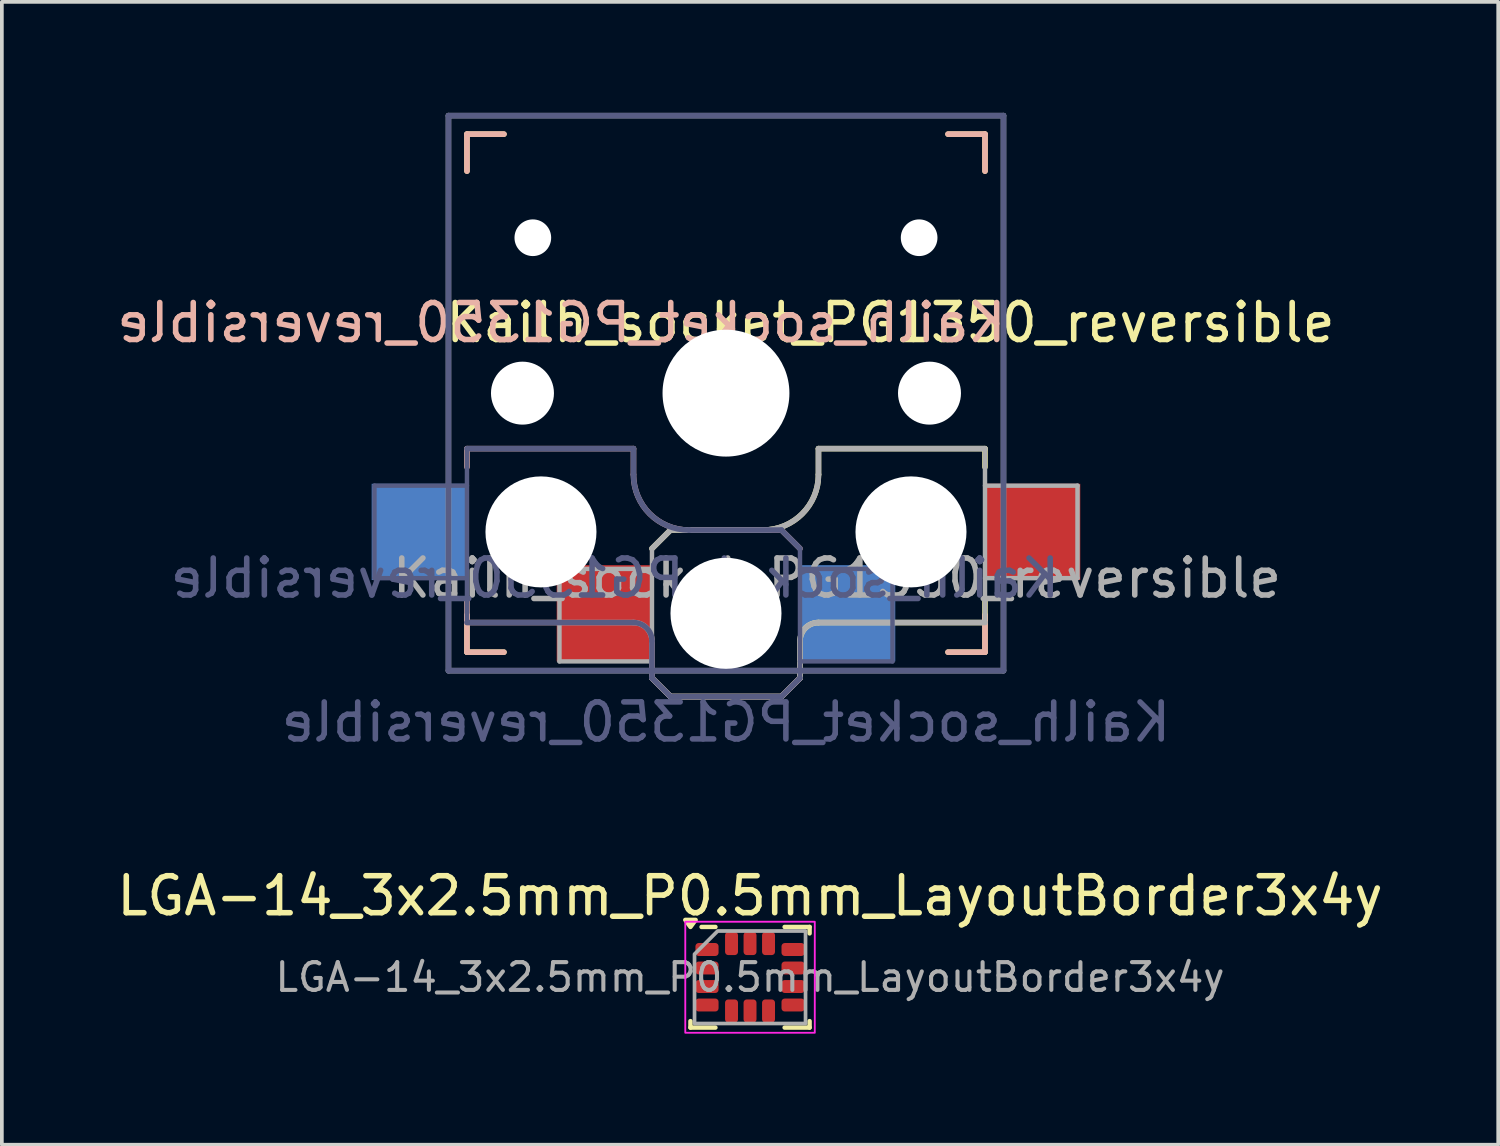
<source format=kicad_pcb>
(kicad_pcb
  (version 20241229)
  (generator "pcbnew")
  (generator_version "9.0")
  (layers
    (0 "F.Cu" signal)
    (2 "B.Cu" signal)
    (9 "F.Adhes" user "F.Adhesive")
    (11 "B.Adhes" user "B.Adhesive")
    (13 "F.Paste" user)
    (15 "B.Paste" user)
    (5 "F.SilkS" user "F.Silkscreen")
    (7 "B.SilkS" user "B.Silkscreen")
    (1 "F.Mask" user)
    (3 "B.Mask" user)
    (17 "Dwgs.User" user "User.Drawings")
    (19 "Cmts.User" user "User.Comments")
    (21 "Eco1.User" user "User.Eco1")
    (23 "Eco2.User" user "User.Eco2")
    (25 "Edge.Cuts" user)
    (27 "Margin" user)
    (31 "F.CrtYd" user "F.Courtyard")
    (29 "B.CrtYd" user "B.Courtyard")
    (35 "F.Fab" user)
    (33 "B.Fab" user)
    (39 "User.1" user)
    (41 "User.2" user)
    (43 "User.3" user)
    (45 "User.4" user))
  (footprint "Kailh_socket_PG1350_reversible"
    (layer "F.Cu")
    (at 16.57 7.575)
    (property "Reference" "Kailh_socket_PG1350_reversible" (at 4.445 -1.905 0) (layer "F.SilkS") (effects (font (size 1 1) (thickness 0.15))))
    (property "Value" "Kailh_socket_PG1350_reversible" (at 0 8.89 0) (layer "F.Fab") (hide yes) (effects (font (size 1 1) (thickness 0.15))))
    (attr smd)
    (fp_line (start -7 -7) (end -6 -7) (stroke (width 0.15) (type solid)) (layer "F.SilkS"))
    (fp_line (start -7 -6) (end -7 -7) (stroke (width 0.15) (type solid)) (layer "F.SilkS"))
    (fp_line (start -7 7) (end -7 6) (stroke (width 0.15) (type solid)) (layer "F.SilkS"))
    (fp_line (start -6 7) (end -7 7) (stroke (width 0.15) (type solid)) (layer "F.SilkS"))
    (fp_line (start -2 4.2) (end -1.5 3.7) (stroke (width 0.15) (type solid)) (layer "F.SilkS"))
    (fp_line (start -2 7.7) (end -1.5 8.2) (stroke (width 0.15) (type solid)) (layer "F.SilkS"))
    (fp_line (start -1.5 3.7) (end 1 3.7) (stroke (width 0.15) (type solid)) (layer "F.SilkS"))
    (fp_line (start -1.5 8.2) (end 1.5 8.2) (stroke (width 0.15) (type solid)) (layer "F.SilkS"))
    (fp_line (start 1.5 8.2) (end 2 7.7) (stroke (width 0.15) (type solid)) (layer "F.SilkS"))
    (fp_line (start 2 6.7) (end 2 7.7) (stroke (width 0.15) (type solid)) (layer "F.SilkS"))
    (fp_line (start 2.5 1.5) (end 7 1.5) (stroke (width 0.15) (type solid)) (layer "F.SilkS"))
    (fp_line (start 2.5 2.2) (end 2.5 1.5) (stroke (width 0.15) (type solid)) (layer "F.SilkS"))
    (fp_line (start 6 -7) (end 7 -7) (stroke (width 0.15) (type solid)) (layer "F.SilkS"))
    (fp_line (start 7 -7) (end 7 -6) (stroke (width 0.15) (type solid)) (layer "F.SilkS"))
    (fp_line (start 7 1.5) (end 7 2) (stroke (width 0.15) (type solid)) (layer "F.SilkS"))
    (fp_line (start 7 5.6) (end 7 6.2) (stroke (width 0.15) (type solid)) (layer "F.SilkS"))
    (fp_line (start 7 6) (end 7 7) (stroke (width 0.15) (type solid)) (layer "F.SilkS"))
    (fp_line (start 7 6.2) (end 2.5 6.2) (stroke (width 0.15) (type solid)) (layer "F.SilkS"))
    (fp_line (start 7 7) (end 6 7) (stroke (width 0.15) (type solid)) (layer "F.SilkS"))
    (fp_arc (start 2 6.7) (mid 2.146447 6.346447) (end 2.5 6.2) (stroke (width 0.15) (type solid)) (layer "F.SilkS"))
    (fp_arc (start 2.5 2.2) (mid 2.06066 3.26066) (end 1 3.7) (stroke (width 0.15) (type solid)) (layer "F.SilkS"))
    (fp_line (start -7 -7) (end -6 -7) (stroke (width 0.15) (type solid)) (layer "B.SilkS"))
    (fp_line (start -7 -6) (end -7 -7) (stroke (width 0.15) (type solid)) (layer "B.SilkS"))
    (fp_line (start -7 1.5) (end -7 2) (stroke (width 0.15) (type solid)) (layer "B.SilkS"))
    (fp_line (start -7 5.6) (end -7 6.2) (stroke (width 0.15) (type solid)) (layer "B.SilkS"))
    (fp_line (start -7 6.2) (end -2.5 6.2) (stroke (width 0.15) (type solid)) (layer "B.SilkS"))
    (fp_line (start -7 7) (end -7 6) (stroke (width 0.15) (type solid)) (layer "B.SilkS"))
    (fp_line (start -6 7) (end -7 7) (stroke (width 0.15) (type solid)) (layer "B.SilkS"))
    (fp_line (start -2.5 1.5) (end -7 1.5) (stroke (width 0.15) (type solid)) (layer "B.SilkS"))
    (fp_line (start -2.5 2.2) (end -2.5 1.5) (stroke (width 0.15) (type solid)) (layer "B.SilkS"))
    (fp_line (start -2 6.7) (end -2 7.7) (stroke (width 0.15) (type solid)) (layer "B.SilkS"))
    (fp_line (start -1.5 8.2) (end -2 7.7) (stroke (width 0.15) (type solid)) (layer "B.SilkS"))
    (fp_line (start 1.5 3.7) (end -1 3.7) (stroke (width 0.15) (type solid)) (layer "B.SilkS"))
    (fp_line (start 1.5 8.2) (end -1.5 8.2) (stroke (width 0.15) (type solid)) (layer "B.SilkS"))
    (fp_line (start 2 4.2) (end 1.5 3.7) (stroke (width 0.15) (type solid)) (layer "B.SilkS"))
    (fp_line (start 2 7.7) (end 1.5 8.2) (stroke (width 0.15) (type solid)) (layer "B.SilkS"))
    (fp_line (start 6 -7) (end 7 -7) (stroke (width 0.15) (type solid)) (layer "B.SilkS"))
    (fp_line (start 7 -7) (end 7 -6) (stroke (width 0.15) (type solid)) (layer "B.SilkS"))
    (fp_line (start 7 6) (end 7 7) (stroke (width 0.15) (type solid)) (layer "B.SilkS"))
    (fp_line (start 7 7) (end 6 7) (stroke (width 0.15) (type solid)) (layer "B.SilkS"))
    (fp_arc (start -2.5 6.2) (mid -2.146447 6.346447) (end -2 6.7) (stroke (width 0.15) (type solid)) (layer "B.SilkS"))
    (fp_arc (start -1 3.7) (mid -2.06066 3.26066) (end -2.5 2.2) (stroke (width 0.15) (type solid)) (layer "B.SilkS"))
    (fp_line (start -6.9 6.9) (end -6.9 -6.9) (stroke (width 0.15) (type solid)) (layer "Eco2.User"))
    (fp_line (start -6.9 6.9) (end 6.9 6.9) (stroke (width 0.15) (type solid)) (layer "Eco2.User"))
    (fp_line (start -2.6 -3.1) (end -2.6 -6.3) (stroke (width 0.15) (type solid)) (layer "Eco2.User"))
    (fp_line (start -2.6 -3.1) (end 2.6 -3.1) (stroke (width 0.15) (type solid)) (layer "Eco2.User"))
    (fp_line (start 2.6 -6.3) (end -2.6 -6.3) (stroke (width 0.15) (type solid)) (layer "Eco2.User"))
    (fp_line (start 2.6 -3.1) (end 2.6 -6.3) (stroke (width 0.15) (type solid)) (layer "Eco2.User"))
    (fp_line (start 6.9 -6.9) (end -6.9 -6.9) (stroke (width 0.15) (type solid)) (layer "Eco2.User"))
    (fp_line (start 6.9 -6.9) (end 6.9 6.9) (stroke (width 0.15) (type solid)) (layer "Eco2.User"))
    (fp_line (start -9.5 2.5) (end -7 2.5) (stroke (width 0.12) (type solid)) (layer "B.Fab"))
    (fp_line (start -9.5 5) (end -9.5 2.5) (stroke (width 0.12) (type solid)) (layer "B.Fab"))
    (fp_line (start -7.5 -7.5) (end 7.5 -7.5) (stroke (width 0.15) (type solid)) (layer "B.Fab"))
    (fp_line (start -7.5 7.5) (end -7.5 -7.5) (stroke (width 0.15) (type solid)) (layer "B.Fab"))
    (fp_line (start -7 1.5) (end -7 6.2) (stroke (width 0.12) (type solid)) (layer "B.Fab"))
    (fp_line (start -7 5) (end -9.5 5) (stroke (width 0.12) (type solid)) (layer "B.Fab"))
    (fp_line (start -7 6.2) (end -2.5 6.2) (stroke (width 0.15) (type solid)) (layer "B.Fab"))
    (fp_line (start -2.5 1.5) (end -7 1.5) (stroke (width 0.15) (type solid)) (layer "B.Fab"))
    (fp_line (start -2.5 2.2) (end -2.5 1.5) (stroke (width 0.15) (type solid)) (layer "B.Fab"))
    (fp_line (start -2 6.7) (end -2 7.7) (stroke (width 0.15) (type solid)) (layer "B.Fab"))
    (fp_line (start -1.5 8.2) (end -2 7.7) (stroke (width 0.15) (type solid)) (layer "B.Fab"))
    (fp_line (start 1.5 3.7) (end -1 3.7) (stroke (width 0.15) (type solid)) (layer "B.Fab"))
    (fp_line (start 1.5 8.2) (end -1.5 8.2) (stroke (width 0.15) (type solid)) (layer "B.Fab"))
    (fp_line (start 2 4.2) (end 1.5 3.7) (stroke (width 0.15) (type solid)) (layer "B.Fab"))
    (fp_line (start 2 4.25) (end 2 7.7) (stroke (width 0.12) (type solid)) (layer "B.Fab"))
    (fp_line (start 2 4.75) (end 4.5 4.75) (stroke (width 0.12) (type solid)) (layer "B.Fab"))
    (fp_line (start 2 7.7) (end 1.5 8.2) (stroke (width 0.15) (type solid)) (layer "B.Fab"))
    (fp_line (start 4.5 4.75) (end 4.5 7.25) (stroke (width 0.12) (type solid)) (layer "B.Fab"))
    (fp_line (start 4.5 7.25) (end 2 7.25) (stroke (width 0.12) (type solid)) (layer "B.Fab"))
    (fp_line (start 7.5 -7.5) (end 7.5 7.5) (stroke (width 0.15) (type solid)) (layer "B.Fab"))
    (fp_line (start 7.5 7.5) (end -7.5 7.5) (stroke (width 0.15) (type solid)) (layer "B.Fab"))
    (fp_arc (start -2.5 6.2) (mid -2.146447 6.346447) (end -2 6.7) (stroke (width 0.15) (type solid)) (layer "B.Fab"))
    (fp_arc (start -1 3.7) (mid -2.06066 3.26066) (end -2.5 2.2) (stroke (width 0.15) (type solid)) (layer "B.Fab"))
    (fp_line (start -7.5 -7.5) (end 7.5 -7.5) (stroke (width 0.15) (type solid)) (layer "F.Fab"))
    (fp_line (start -7.5 7.5) (end -7.5 -7.5) (stroke (width 0.15) (type solid)) (layer "F.Fab"))
    (fp_line (start -4.5 4.75) (end -4.5 7.25) (stroke (width 0.12) (type solid)) (layer "F.Fab"))
    (fp_line (start -4.5 7.25) (end -2 7.25) (stroke (width 0.12) (type solid)) (layer "F.Fab"))
    (fp_line (start -2 4.2) (end -1.5 3.7) (stroke (width 0.15) (type solid)) (layer "F.Fab"))
    (fp_line (start -2 4.25) (end -2 7.7) (stroke (width 0.12) (type solid)) (layer "F.Fab"))
    (fp_line (start -2 4.75) (end -4.5 4.75) (stroke (width 0.12) (type solid)) (layer "F.Fab"))
    (fp_line (start -2 7.7) (end -1.5 8.2) (stroke (width 0.15) (type solid)) (layer "F.Fab"))
    (fp_line (start -1.5 3.7) (end 1 3.7) (stroke (width 0.15) (type solid)) (layer "F.Fab"))
    (fp_line (start -1.5 8.2) (end 1.5 8.2) (stroke (width 0.15) (type solid)) (layer "F.Fab"))
    (fp_line (start 1.5 8.2) (end 2 7.7) (stroke (width 0.15) (type solid)) (layer "F.Fab"))
    (fp_line (start 2 6.7) (end 2 7.7) (stroke (width 0.15) (type solid)) (layer "F.Fab"))
    (fp_line (start 2.5 1.5) (end 7 1.5) (stroke (width 0.15) (type solid)) (layer "F.Fab"))
    (fp_line (start 2.5 2.2) (end 2.5 1.5) (stroke (width 0.15) (type solid)) (layer "F.Fab"))
    (fp_line (start 7 1.5) (end 7 6.2) (stroke (width 0.12) (type solid)) (layer "F.Fab"))
    (fp_line (start 7 5) (end 9.5 5) (stroke (width 0.12) (type solid)) (layer "F.Fab"))
    (fp_line (start 7 6.2) (end 2.5 6.2) (stroke (width 0.15) (type solid)) (layer "F.Fab"))
    (fp_line (start 7.5 -7.5) (end 7.5 7.5) (stroke (width 0.15) (type solid)) (layer "F.Fab"))
    (fp_line (start 7.5 7.5) (end -7.5 7.5) (stroke (width 0.15) (type solid)) (layer "F.Fab"))
    (fp_line (start 9.5 2.5) (end 7 2.5) (stroke (width 0.12) (type solid)) (layer "F.Fab"))
    (fp_line (start 9.5 5) (end 9.5 2.5) (stroke (width 0.12) (type solid)) (layer "F.Fab"))
    (fp_arc (start 2 6.7) (mid 2.146447 6.346447) (end 2.5 6.2) (stroke (width 0.15) (type solid)) (layer "F.Fab"))
    (fp_arc (start 2.5 2.2) (mid 2.06066 3.26066) (end 1 3.7) (stroke (width 0.15) (type solid)) (layer "F.Fab"))
    (fp_text user "${REFERENCE}" (at -4.445 -1.905 0) (layer "B.SilkS") (effects (font (size 1 1) (thickness 0.15)) (justify mirror)))
    (fp_text user "${REFERENCE}" (at -3 5 0) (layer "B.Fab") (effects (font (size 1 1) (thickness 0.15)) (justify mirror)))
    (fp_text user "${VALUE}" (at 0 8.89 0) (layer "B.Fab") (effects (font (size 1 1) (thickness 0.15)) (justify mirror)))
    (fp_text user "${REFERENCE}" (at 3 5 180) (layer "F.Fab") (effects (font (size 1 1) (thickness 0.15))))
    (pad "" np_thru_hole circle (at -5.5 0) (size 1.702 1.702) (drill 1.702) (layers "*.Cu" "*.Mask"))
    (pad "" np_thru_hole circle (at -5.22 -4.2) (size 0.991 0.991) (drill 0.991) (layers "*.Cu" "*.Mask"))
    (pad "" np_thru_hole circle (at -5 3.75) (size 3 3) (drill 3) (layers "*.Cu" "*.Mask"))
    (pad "" np_thru_hole circle (at 0 0) (size 3.429 3.429) (drill 3.429) (layers "*.Cu" "*.Mask"))
    (pad "" np_thru_hole circle (at 0 5.95) (size 3 3) (drill 3) (layers "*.Cu" "*.Mask"))
    (pad "" np_thru_hole circle (at 5 3.75) (size 3 3) (drill 3) (layers "*.Cu" "*.Mask"))
    (pad "" np_thru_hole circle (at 5.22 -4.2) (size 0.991 0.991) (drill 0.991) (layers "*.Cu" "*.Mask"))
    (pad "" np_thru_hole circle (at 5.5 0) (size 1.702 1.702) (drill 1.702) (layers "*.Cu" "*.Mask"))
    (pad "1" smd rect (at -3.275 5.95) (size 2.6 2.6) (layers "F.Cu" "F.Mask" "F.Paste"))
    (pad "1" smd rect (at 3.275 5.95) (size 2.6 2.6) (layers "B.Cu" "B.Mask" "B.Paste"))
    (pad "2" smd rect (at -8.275 3.75) (size 2.6 2.6) (layers "B.Cu" "B.Mask" "B.Paste"))
    (pad "2" smd rect (at 8.275 3.75) (size 2.6 2.6) (layers "F.Cu" "F.Mask" "F.Paste")))
  (footprint "LGA-14_3x2.5mm_P0.5mm_LayoutBorder3x4y"
    (layer "F.Cu")
    (at 17.22 23.361)
    (property "Reference" "LGA-14_3x2.5mm_P0.5mm_LayoutBorder3x4y" (at 0 -2.2 0) (layer "F.SilkS") (effects (font (size 1 1) (thickness 0.15))))
    (attr smd)
    (fp_line (start -1.61 1.36) (end -1.61 1.185) (stroke (width 0.12) (type solid)) (layer "F.SilkS"))
    (fp_line (start -0.935 -1.36) (end -1.31 -1.36) (stroke (width 0.12) (type solid)) (layer "F.SilkS"))
    (fp_line (start -0.935 1.36) (end -1.61 1.36) (stroke (width 0.12) (type solid)) (layer "F.SilkS"))
    (fp_line (start 0.935 -1.36) (end 1.61 -1.36) (stroke (width 0.12) (type solid)) (layer "F.SilkS"))
    (fp_line (start 0.935 1.36) (end 1.61 1.36) (stroke (width 0.12) (type solid)) (layer "F.SilkS"))
    (fp_line (start 1.61 -1.36) (end 1.61 -1.185) (stroke (width 0.12) (type solid)) (layer "F.SilkS"))
    (fp_line (start 1.61 1.36) (end 1.61 1.185) (stroke (width 0.12) (type solid)) (layer "F.SilkS"))
    (fp_poly (pts (xy -1.61 -1.36) (xy -1.75 -1.55) (xy -1.47 -1.55)) (stroke (width 0.12) (type solid)) (fill yes) (layer "F.SilkS"))
    (fp_rect (start -1.75 -1.5) (end 1.75 1.5) (stroke (width 0.05) (type solid)) (fill no) (layer "F.CrtYd"))
    (fp_poly (pts (xy -1.5 -0.625) (xy -1.5 1.25) (xy 1.5 1.25) (xy 1.5 -1.25) (xy -0.875 -1.25)) (stroke (width 0.1) (type solid)) (fill no) (layer "F.Fab"))
    (fp_text user "${REFERENCE}" (at 0 0 0) (layer "F.Fab") (effects (font (size 0.75 0.75) (thickness 0.11))))
    (pad "1" smd roundrect (at -1.163 -0.75) (size 0.625 0.35) (layers "F.Cu" "F.Mask" "F.Paste") (roundrect_rratio 0.25))
    (pad "2" smd roundrect (at -1.163 -0.25) (size 0.625 0.35) (layers "F.Cu" "F.Mask" "F.Paste") (roundrect_rratio 0.25))
    (pad "3" smd roundrect (at -1.163 0.25) (size 0.625 0.35) (layers "F.Cu" "F.Mask" "F.Paste") (roundrect_rratio 0.25))
    (pad "4" smd roundrect (at -1.163 0.75) (size 0.625 0.35) (layers "F.Cu" "F.Mask" "F.Paste") (roundrect_rratio 0.25))
    (pad "5" smd roundrect (at -0.5 0.912) (size 0.35 0.625) (layers "F.Cu" "F.Mask" "F.Paste") (roundrect_rratio 0.25))
    (pad "6" smd roundrect (at 0 0.912) (size 0.35 0.625) (layers "F.Cu" "F.Mask" "F.Paste") (roundrect_rratio 0.25))
    (pad "7" smd roundrect (at 0.5 0.912) (size 0.35 0.625) (layers "F.Cu" "F.Mask" "F.Paste") (roundrect_rratio 0.25))
    (pad "8" smd roundrect (at 1.163 0.75) (size 0.625 0.35) (layers "F.Cu" "F.Mask" "F.Paste") (roundrect_rratio 0.25))
    (pad "9" smd roundrect (at 1.163 0.25) (size 0.625 0.35) (layers "F.Cu" "F.Mask" "F.Paste") (roundrect_rratio 0.25))
    (pad "10" smd roundrect (at 1.163 -0.25) (size 0.625 0.35) (layers "F.Cu" "F.Mask" "F.Paste") (roundrect_rratio 0.25))
    (pad "11" smd roundrect (at 1.163 -0.75) (size 0.625 0.35) (layers "F.Cu" "F.Mask" "F.Paste") (roundrect_rratio 0.25))
    (pad "12" smd roundrect (at 0.5 -0.912) (size 0.35 0.625) (layers "F.Cu" "F.Mask" "F.Paste") (roundrect_rratio 0.25))
    (pad "13" smd roundrect (at 0 -0.912) (size 0.35 0.625) (layers "F.Cu" "F.Mask" "F.Paste") (roundrect_rratio 0.25))
    (pad "14" smd roundrect (at -0.5 -0.912) (size 0.35 0.625) (layers "F.Cu" "F.Mask" "F.Paste") (roundrect_rratio 0.25)))
  (gr_rect
    (start -3 -3)
    (end 37.44 27.887)
    (stroke (width 0.1) (type default))
    (fill no)
    (layer "Edge.Cuts")))
</source>
